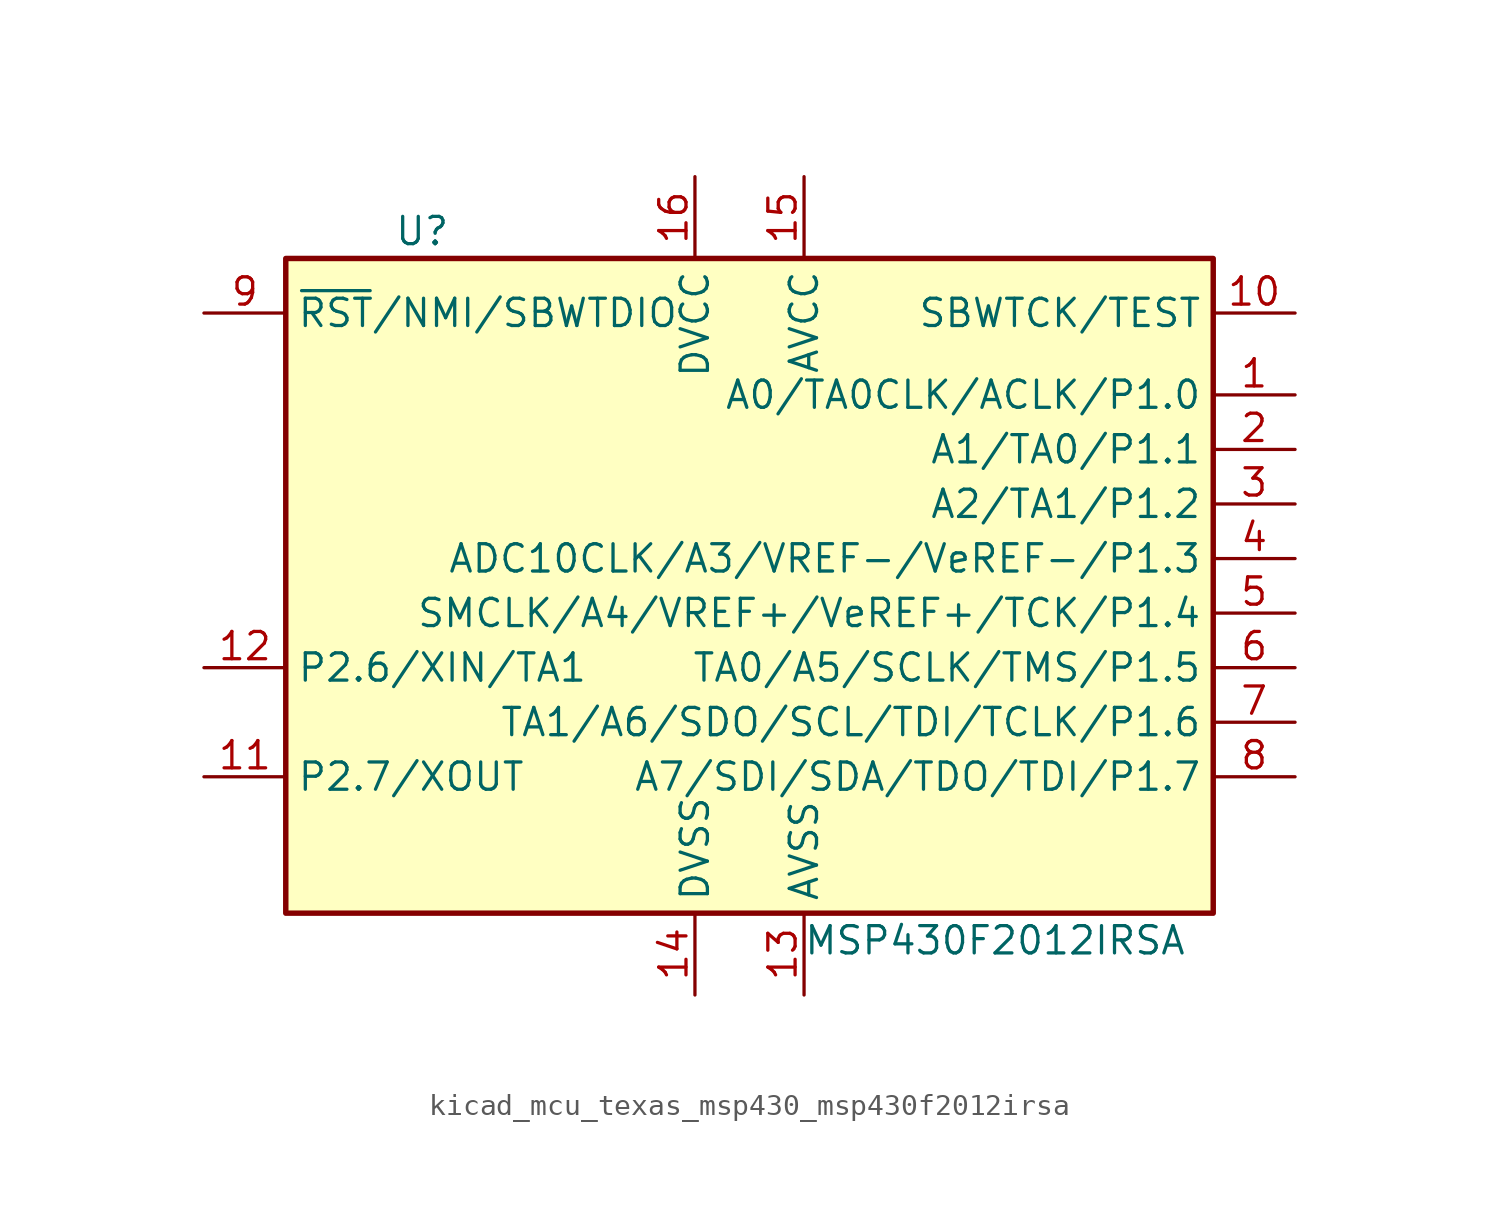
<source format=kicad_sym>
(kicad_symbol_lib
  (version 20220914)
  (generator kicad_symbol_editor)
  (symbol "kicad_mcu_texas_msp430_msp430f2012irsa"
    (property "Reference" "U"
      (at -15.24 15.24 0)
      (effects (font (size 1.27 1.27))))
    (property "Value" "MSP430F2012IRSA"
      (at 11.43 -17.78 0)
      (effects (font (size 1.27 1.27))))
    (symbol "kicad_mcu_texas_msp430_msp430f2012irsa_0_1"
      (rectangle (start -21.59 13.97) (end 21.59 -16.51) (stroke (width 0.254) (type default)) (fill (type background))))
    (symbol "kicad_mcu_texas_msp430_msp430f2012irsa_1_1"
      (pin bidirectional line (at 25.4 7.62 180) (length 3.81) (name "A0/TA0CLK/ACLK/P1.0" (effects (font (size 1.27 1.27)))) (number "1" (effects (font (size 1.27 1.27)))))
      (pin input line (at 25.4 11.43 180) (length 3.81) (name "SBWTCK/TEST" (effects (font (size 1.27 1.27)))) (number "10" (effects (font (size 1.27 1.27)))))
      (pin bidirectional line (at -25.4 -10.16 0) (length 3.81) (name "P2.7/XOUT" (effects (font (size 1.27 1.27)))) (number "11" (effects (font (size 1.27 1.27)))))
      (pin bidirectional line (at -25.4 -5.08 0) (length 3.81) (name "P2.6/XIN/TA1" (effects (font (size 1.27 1.27)))) (number "12" (effects (font (size 1.27 1.27)))))
      (pin power_in line (at 2.54 -20.32 90) (length 3.81) (name "AVSS" (effects (font (size 1.27 1.27)))) (number "13" (effects (font (size 1.27 1.27)))))
      (pin power_in line (at -2.54 -20.32 90) (length 3.81) (name "DVSS" (effects (font (size 1.27 1.27)))) (number "14" (effects (font (size 1.27 1.27)))))
      (pin power_in line (at 2.54 17.78 270) (length 3.81) (name "AVCC" (effects (font (size 1.27 1.27)))) (number "15" (effects (font (size 1.27 1.27)))))
      (pin power_in line (at -2.54 17.78 270) (length 3.81) (name "DVCC" (effects (font (size 1.27 1.27)))) (number "16" (effects (font (size 1.27 1.27)))))
      (pin bidirectional line (at 25.4 5.08 180) (length 3.81) (name "A1/TA0/P1.1" (effects (font (size 1.27 1.27)))) (number "2" (effects (font (size 1.27 1.27)))))
      (pin bidirectional line (at 25.4 2.54 180) (length 3.81) (name "A2/TA1/P1.2" (effects (font (size 1.27 1.27)))) (number "3" (effects (font (size 1.27 1.27)))))
      (pin bidirectional line (at 25.4 0 180) (length 3.81) (name "ADC10CLK/A3/VREF-/VeREF-/P1.3" (effects (font (size 1.27 1.27)))) (number "4" (effects (font (size 1.27 1.27)))))
      (pin bidirectional line (at 25.4 -2.54 180) (length 3.81) (name "SMCLK/A4/VREF+/VeREF+/TCK/P1.4" (effects (font (size 1.27 1.27)))) (number "5" (effects (font (size 1.27 1.27)))))
      (pin bidirectional line (at 25.4 -5.08 180) (length 3.81) (name "TA0/A5/SCLK/TMS/P1.5" (effects (font (size 1.27 1.27)))) (number "6" (effects (font (size 1.27 1.27)))))
      (pin bidirectional line (at 25.4 -7.62 180) (length 3.81) (name "TA1/A6/SDO/SCL/TDI/TCLK/P1.6" (effects (font (size 1.27 1.27)))) (number "7" (effects (font (size 1.27 1.27)))))
      (pin bidirectional line (at 25.4 -10.16 180) (length 3.81) (name "A7/SDI/SDA/TDO/TDI/P1.7" (effects (font (size 1.27 1.27)))) (number "8" (effects (font (size 1.27 1.27)))))
      (pin input line (at -25.4 11.43 0) (length 3.81) (name "~{RST}/NMI/SBWTDIO" (effects (font (size 1.27 1.27)))) (number "9" (effects (font (size 1.27 1.27))))))))
</source>
